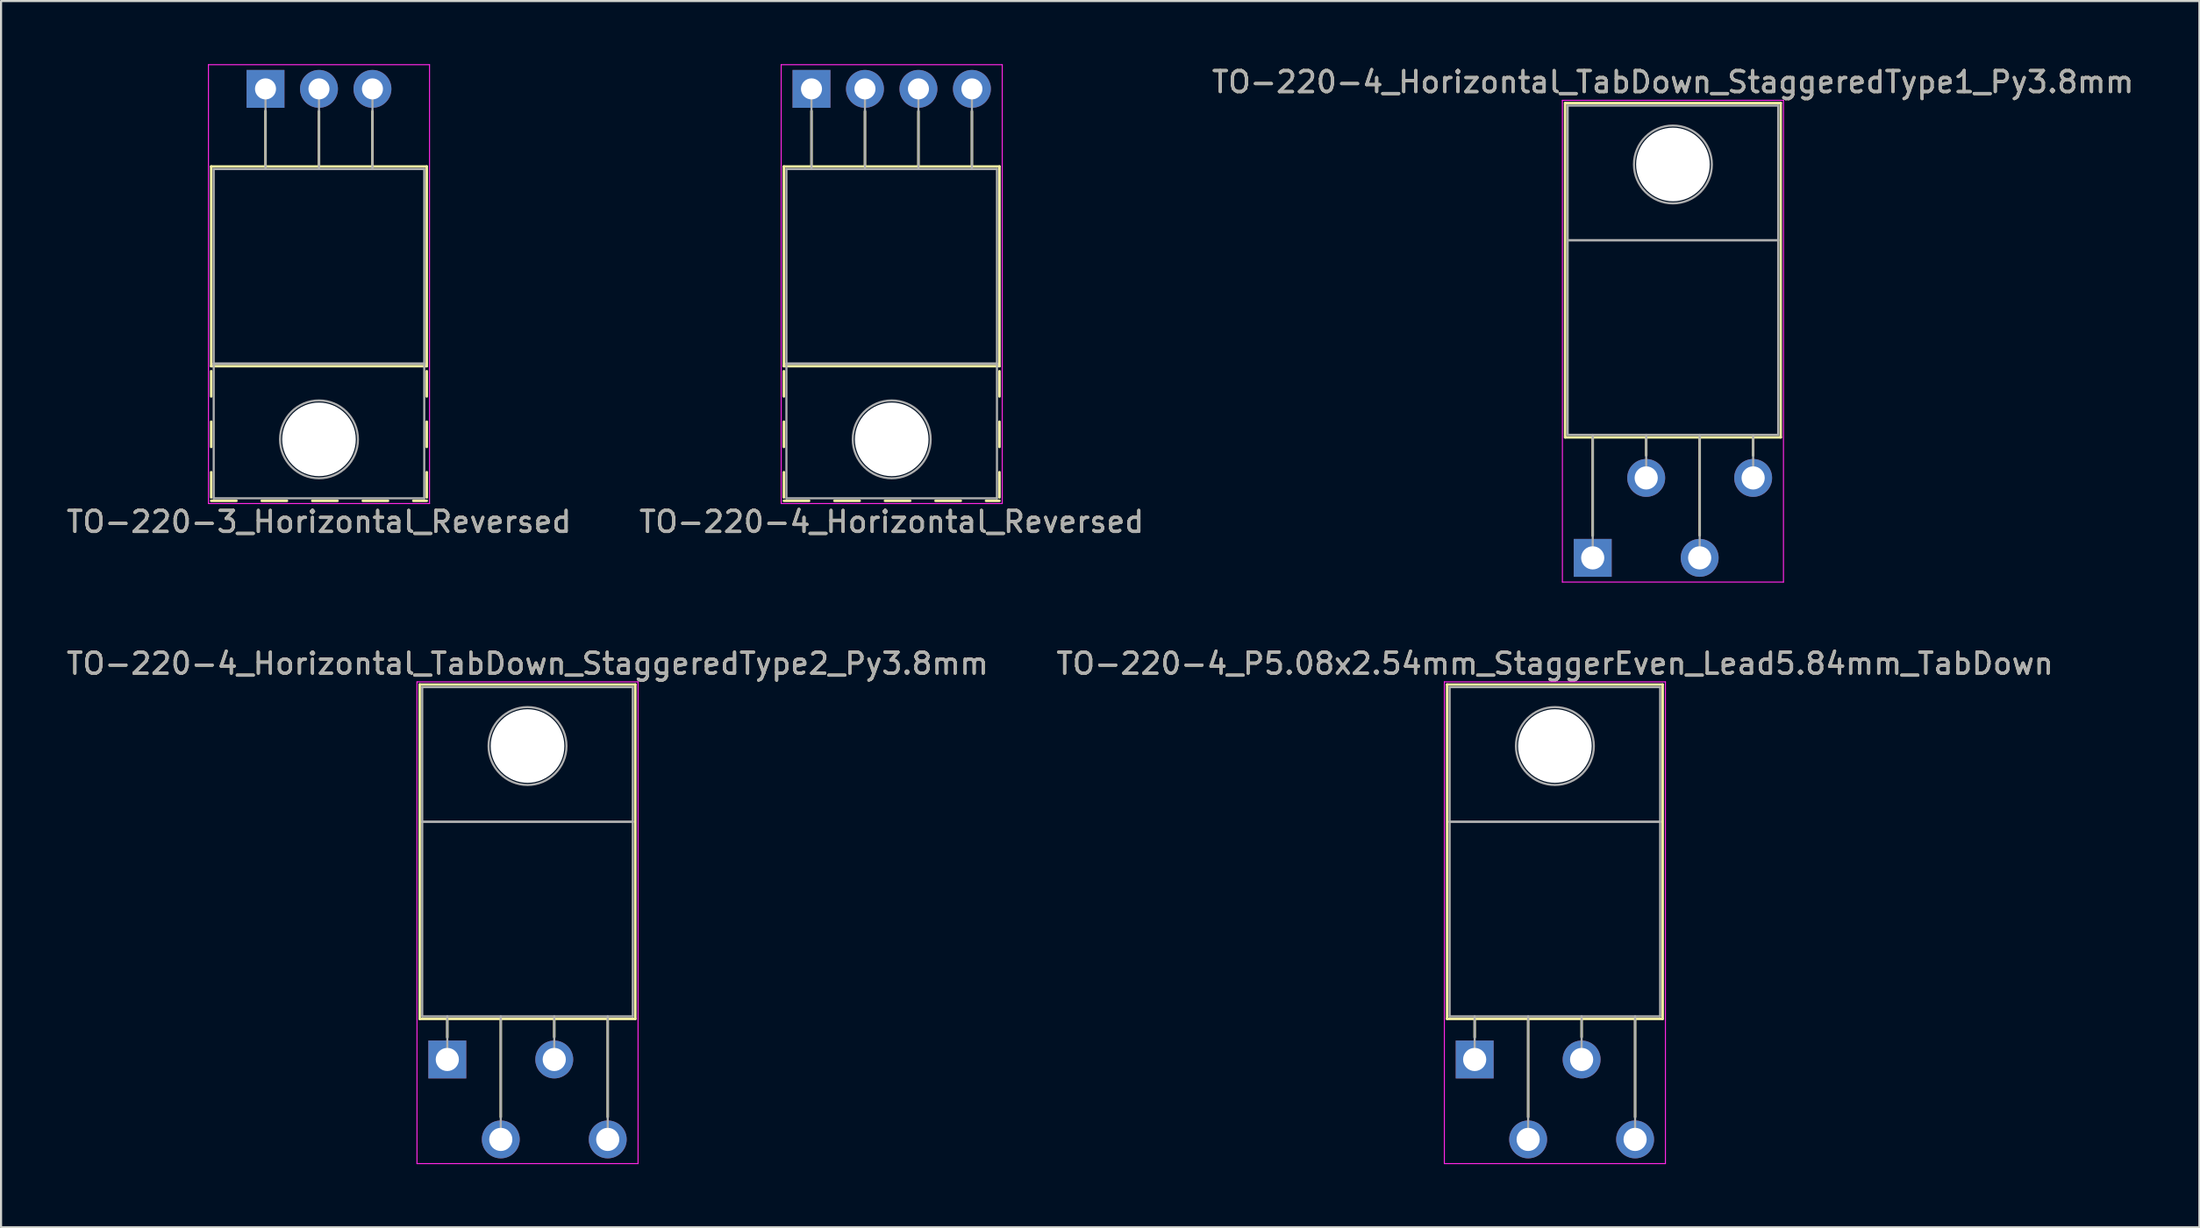
<source format=kicad_pcb>
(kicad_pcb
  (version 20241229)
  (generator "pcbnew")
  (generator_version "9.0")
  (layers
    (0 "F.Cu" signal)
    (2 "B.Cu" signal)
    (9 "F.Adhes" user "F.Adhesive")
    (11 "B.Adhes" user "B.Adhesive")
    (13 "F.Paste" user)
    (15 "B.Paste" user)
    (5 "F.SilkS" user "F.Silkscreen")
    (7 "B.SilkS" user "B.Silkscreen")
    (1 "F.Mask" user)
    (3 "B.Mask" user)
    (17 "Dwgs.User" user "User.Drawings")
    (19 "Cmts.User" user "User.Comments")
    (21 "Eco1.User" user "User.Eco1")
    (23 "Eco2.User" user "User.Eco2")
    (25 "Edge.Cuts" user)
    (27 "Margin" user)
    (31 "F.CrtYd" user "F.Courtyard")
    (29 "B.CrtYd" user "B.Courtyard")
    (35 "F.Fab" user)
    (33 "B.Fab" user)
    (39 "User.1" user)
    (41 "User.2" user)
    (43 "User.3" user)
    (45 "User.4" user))
  (footprint "TO-220-4_Horizontal_TabDown_StaggeredType1_Py3.8mm"
    (layer "F.Cu")
    (at 72.601 23.468)
    (property "Reference" "TO-220-4_Horizontal_TabDown_StaggeredType1_Py3.8mm" (at 3.81 -22.62 0) (layer "F.SilkS") (effects (font (size 1 1) (thickness 0.15))))
    (attr through_hole)
    (fp_line (start -1.31 -21.62) (end -1.31 -5.73) (stroke (width 0.12) (type solid)) (layer "F.SilkS"))
    (fp_line (start -1.31 -21.62) (end 8.93 -21.62) (stroke (width 0.12) (type solid)) (layer "F.SilkS"))
    (fp_line (start -1.31 -5.73) (end 8.93 -5.73) (stroke (width 0.12) (type solid)) (layer "F.SilkS"))
    (fp_line (start 0 -5.73) (end 0 -1.05) (stroke (width 0.12) (type solid)) (layer "F.SilkS"))
    (fp_line (start 2.54 -5.73) (end 2.54 -4.866) (stroke (width 0.12) (type solid)) (layer "F.SilkS"))
    (fp_line (start 5.08 -5.73) (end 5.08 -1.065) (stroke (width 0.12) (type solid)) (layer "F.SilkS"))
    (fp_line (start 7.62 -5.73) (end 7.62 -4.866) (stroke (width 0.12) (type solid)) (layer "F.SilkS"))
    (fp_line (start 8.93 -21.62) (end 8.93 -5.73) (stroke (width 0.12) (type solid)) (layer "F.SilkS"))
    (fp_line (start -1.44 -21.75) (end -1.44 1.15) (stroke (width 0.05) (type solid)) (layer "F.CrtYd"))
    (fp_line (start -1.44 1.15) (end 9.06 1.15) (stroke (width 0.05) (type solid)) (layer "F.CrtYd"))
    (fp_line (start 9.06 -21.75) (end -1.44 -21.75) (stroke (width 0.05) (type solid)) (layer "F.CrtYd"))
    (fp_line (start 9.06 1.15) (end 9.06 -21.75) (stroke (width 0.05) (type solid)) (layer "F.CrtYd"))
    (fp_line (start -1.19 -21.5) (end 8.81 -21.5) (stroke (width 0.1) (type solid)) (layer "F.Fab"))
    (fp_line (start -1.19 -15.1) (end -1.19 -21.5) (stroke (width 0.1) (type solid)) (layer "F.Fab"))
    (fp_line (start -1.19 -15.1) (end 8.81 -15.1) (stroke (width 0.1) (type solid)) (layer "F.Fab"))
    (fp_line (start -1.19 -5.85) (end -1.19 -15.1) (stroke (width 0.1) (type solid)) (layer "F.Fab"))
    (fp_line (start 0 -5.85) (end 0 0) (stroke (width 0.1) (type solid)) (layer "F.Fab"))
    (fp_line (start 2.54 -5.85) (end 2.54 -3.8) (stroke (width 0.1) (type solid)) (layer "F.Fab"))
    (fp_line (start 5.08 -5.85) (end 5.08 0) (stroke (width 0.1) (type solid)) (layer "F.Fab"))
    (fp_line (start 7.62 -5.85) (end 7.62 -3.8) (stroke (width 0.1) (type solid)) (layer "F.Fab"))
    (fp_line (start 8.81 -21.5) (end 8.81 -15.1) (stroke (width 0.1) (type solid)) (layer "F.Fab"))
    (fp_line (start 8.81 -15.1) (end -1.19 -15.1) (stroke (width 0.1) (type solid)) (layer "F.Fab"))
    (fp_line (start 8.81 -15.1) (end 8.81 -5.85) (stroke (width 0.1) (type solid)) (layer "F.Fab"))
    (fp_line (start 8.81 -5.85) (end -1.19 -5.85) (stroke (width 0.1) (type solid)) (layer "F.Fab"))
    (fp_circle (center 3.81 -18.7) (end 5.66 -18.7) (stroke (width 0.1) (type solid)) (fill no) (layer "F.Fab"))
    (fp_text user "${REFERENCE}" (at 3.81 -22.62 0) (layer "F.Fab") (effects (font (size 1 1) (thickness 0.15))))
    (pad "" np_thru_hole oval (at 3.81 -18.7) (size 3.5 3.5) (drill 3.5) (layers "*.Cu" "*.Mask"))
    (pad "1" thru_hole rect (at 0 0) (size 1.8 1.8) (drill 1.1) (layers "*.Cu" "*.Mask"))
    (pad "2" thru_hole oval (at 2.54 -3.8) (size 1.8 1.8) (drill 1.1) (layers "*.Cu" "*.Mask"))
    (pad "3" thru_hole oval (at 5.08 0) (size 1.8 1.8) (drill 1.1) (layers "*.Cu" "*.Mask"))
    (pad "4" thru_hole oval (at 7.62 -3.8) (size 1.8 1.8) (drill 1.1) (layers "*.Cu" "*.Mask")))
  (footprint "TO-220-3_Horizontal_Reversed"
    (layer "F.Cu")
    (at 9.561 1.175)
    (property "Reference" "TO-220-3_Horizontal_Reversed" (at 2.54 20.58 0) (layer "F.SilkS") (effects (font (size 1 1) (thickness 0.15))))
    (attr through_hole)
    (fp_line (start -2.58 3.69) (end -2.58 13.18) (stroke (width 0.12) (type solid)) (layer "F.SilkS"))
    (fp_line (start -2.58 3.69) (end 7.66 3.69) (stroke (width 0.12) (type solid)) (layer "F.SilkS"))
    (fp_line (start -2.58 13.18) (end 7.66 13.18) (stroke (width 0.12) (type solid)) (layer "F.SilkS"))
    (fp_line (start -2.58 13.42) (end -2.58 14.62) (stroke (width 0.12) (type solid)) (layer "F.SilkS"))
    (fp_line (start -2.58 15.82) (end -2.58 17.02) (stroke (width 0.12) (type solid)) (layer "F.SilkS"))
    (fp_line (start -2.58 18.22) (end -2.58 19.42) (stroke (width 0.12) (type solid)) (layer "F.SilkS"))
    (fp_line (start -2.58 19.58) (end -1.38 19.58) (stroke (width 0.12) (type solid)) (layer "F.SilkS"))
    (fp_line (start -0.181 19.58) (end 1.02 19.58) (stroke (width 0.12) (type solid)) (layer "F.SilkS"))
    (fp_line (start 0 1.05) (end 0 3.69) (stroke (width 0.12) (type solid)) (layer "F.SilkS"))
    (fp_line (start 2.22 19.58) (end 3.42 19.58) (stroke (width 0.12) (type solid)) (layer "F.SilkS"))
    (fp_line (start 2.54 1.066) (end 2.54 3.69) (stroke (width 0.12) (type solid)) (layer "F.SilkS"))
    (fp_line (start 4.62 19.58) (end 5.82 19.58) (stroke (width 0.12) (type solid)) (layer "F.SilkS"))
    (fp_line (start 5.08 1.066) (end 5.08 3.69) (stroke (width 0.12) (type solid)) (layer "F.SilkS"))
    (fp_line (start 7.02 19.58) (end 7.66 19.58) (stroke (width 0.12) (type solid)) (layer "F.SilkS"))
    (fp_line (start 7.66 3.69) (end 7.66 13.18) (stroke (width 0.12) (type solid)) (layer "F.SilkS"))
    (fp_line (start 7.66 13.42) (end 7.66 14.62) (stroke (width 0.12) (type solid)) (layer "F.SilkS"))
    (fp_line (start 7.66 15.82) (end 7.66 17.02) (stroke (width 0.12) (type solid)) (layer "F.SilkS"))
    (fp_line (start 7.66 18.22) (end 7.66 19.42) (stroke (width 0.12) (type solid)) (layer "F.SilkS"))
    (fp_line (start -2.71 -1.15) (end -2.71 19.71) (stroke (width 0.05) (type solid)) (layer "F.CrtYd"))
    (fp_line (start -2.71 19.71) (end 7.79 19.71) (stroke (width 0.05) (type solid)) (layer "F.CrtYd"))
    (fp_line (start 7.79 -1.15) (end -2.71 -1.15) (stroke (width 0.05) (type solid)) (layer "F.CrtYd"))
    (fp_line (start 7.79 19.71) (end 7.79 -1.15) (stroke (width 0.05) (type solid)) (layer "F.CrtYd"))
    (fp_line (start -2.46 3.81) (end -2.46 13.06) (stroke (width 0.1) (type solid)) (layer "F.Fab"))
    (fp_line (start -2.46 13.06) (end -2.46 19.46) (stroke (width 0.1) (type solid)) (layer "F.Fab"))
    (fp_line (start -2.46 13.06) (end 7.54 13.06) (stroke (width 0.1) (type solid)) (layer "F.Fab"))
    (fp_line (start -2.46 19.46) (end 7.54 19.46) (stroke (width 0.1) (type solid)) (layer "F.Fab"))
    (fp_line (start 0 3.81) (end 0 0) (stroke (width 0.1) (type solid)) (layer "F.Fab"))
    (fp_line (start 2.54 3.81) (end 2.54 0) (stroke (width 0.1) (type solid)) (layer "F.Fab"))
    (fp_line (start 5.08 3.81) (end 5.08 0) (stroke (width 0.1) (type solid)) (layer "F.Fab"))
    (fp_line (start 7.54 3.81) (end -2.46 3.81) (stroke (width 0.1) (type solid)) (layer "F.Fab"))
    (fp_line (start 7.54 13.06) (end -2.46 13.06) (stroke (width 0.1) (type solid)) (layer "F.Fab"))
    (fp_line (start 7.54 13.06) (end 7.54 3.81) (stroke (width 0.1) (type solid)) (layer "F.Fab"))
    (fp_line (start 7.54 19.46) (end 7.54 13.06) (stroke (width 0.1) (type solid)) (layer "F.Fab"))
    (fp_circle (center 2.54 16.66) (end 4.39 16.66) (stroke (width 0.1) (type solid)) (fill no) (layer "F.Fab"))
    (fp_text user "${REFERENCE}" (at 2.54 20.58 0) (layer "F.Fab") (effects (font (size 1 1) (thickness 0.15))))
    (pad "" np_thru_hole oval (at 2.54 16.66) (size 3.5 3.5) (drill 3.5) (layers "*.Cu" "*.Mask"))
    (pad "1" thru_hole rect (at 0 0) (size 1.8 1.8) (drill 1) (layers "*.Cu" "*.Mask"))
    (pad "2" thru_hole oval (at 2.54 0) (size 1.8 1.8) (drill 1) (layers "*.Cu" "*.Mask"))
    (pad "3" thru_hole oval (at 5.08 0) (size 1.8 1.8) (drill 1) (layers "*.Cu" "*.Mask")))
  (footprint "TO-220-4_Horizontal_Reversed"
    (layer "F.Cu")
    (at 35.494 1.175)
    (property "Reference" "TO-220-4_Horizontal_Reversed" (at 3.81 20.58 0) (layer "F.SilkS") (effects (font (size 1 1) (thickness 0.15))))
    (attr through_hole)
    (fp_line (start -1.31 3.69) (end -1.31 13.18) (stroke (width 0.12) (type solid)) (layer "F.SilkS"))
    (fp_line (start -1.31 3.69) (end 8.93 3.69) (stroke (width 0.12) (type solid)) (layer "F.SilkS"))
    (fp_line (start -1.31 13.18) (end 8.93 13.18) (stroke (width 0.12) (type solid)) (layer "F.SilkS"))
    (fp_line (start -1.31 13.42) (end -1.31 14.62) (stroke (width 0.12) (type solid)) (layer "F.SilkS"))
    (fp_line (start -1.31 15.82) (end -1.31 17.02) (stroke (width 0.12) (type solid)) (layer "F.SilkS"))
    (fp_line (start -1.31 18.22) (end -1.31 19.42) (stroke (width 0.12) (type solid)) (layer "F.SilkS"))
    (fp_line (start -1.31 19.58) (end -0.111 19.58) (stroke (width 0.12) (type solid)) (layer "F.SilkS"))
    (fp_line (start 0 1.05) (end 0 3.69) (stroke (width 0.12) (type solid)) (layer "F.SilkS"))
    (fp_line (start 1.09 19.58) (end 2.29 19.58) (stroke (width 0.12) (type solid)) (layer "F.SilkS"))
    (fp_line (start 2.54 1.066) (end 2.54 3.69) (stroke (width 0.12) (type solid)) (layer "F.SilkS"))
    (fp_line (start 3.49 19.58) (end 4.69 19.58) (stroke (width 0.12) (type solid)) (layer "F.SilkS"))
    (fp_line (start 5.08 1.066) (end 5.08 3.69) (stroke (width 0.12) (type solid)) (layer "F.SilkS"))
    (fp_line (start 5.89 19.58) (end 7.091 19.58) (stroke (width 0.12) (type solid)) (layer "F.SilkS"))
    (fp_line (start 7.62 1.066) (end 7.62 3.69) (stroke (width 0.12) (type solid)) (layer "F.SilkS"))
    (fp_line (start 8.29 19.58) (end 8.93 19.58) (stroke (width 0.12) (type solid)) (layer "F.SilkS"))
    (fp_line (start 8.93 3.69) (end 8.93 13.18) (stroke (width 0.12) (type solid)) (layer "F.SilkS"))
    (fp_line (start 8.93 13.42) (end 8.93 14.62) (stroke (width 0.12) (type solid)) (layer "F.SilkS"))
    (fp_line (start 8.93 15.82) (end 8.93 17.02) (stroke (width 0.12) (type solid)) (layer "F.SilkS"))
    (fp_line (start 8.93 18.22) (end 8.93 19.42) (stroke (width 0.12) (type solid)) (layer "F.SilkS"))
    (fp_line (start -1.44 -1.15) (end -1.44 19.71) (stroke (width 0.05) (type solid)) (layer "F.CrtYd"))
    (fp_line (start -1.44 19.71) (end 9.06 19.71) (stroke (width 0.05) (type solid)) (layer "F.CrtYd"))
    (fp_line (start 9.06 -1.15) (end -1.44 -1.15) (stroke (width 0.05) (type solid)) (layer "F.CrtYd"))
    (fp_line (start 9.06 19.71) (end 9.06 -1.15) (stroke (width 0.05) (type solid)) (layer "F.CrtYd"))
    (fp_line (start -1.19 3.81) (end -1.19 13.06) (stroke (width 0.1) (type solid)) (layer "F.Fab"))
    (fp_line (start -1.19 13.06) (end -1.19 19.46) (stroke (width 0.1) (type solid)) (layer "F.Fab"))
    (fp_line (start -1.19 13.06) (end 8.81 13.06) (stroke (width 0.1) (type solid)) (layer "F.Fab"))
    (fp_line (start -1.19 19.46) (end 8.81 19.46) (stroke (width 0.1) (type solid)) (layer "F.Fab"))
    (fp_line (start 0 3.81) (end 0 0) (stroke (width 0.1) (type solid)) (layer "F.Fab"))
    (fp_line (start 2.54 3.81) (end 2.54 0) (stroke (width 0.1) (type solid)) (layer "F.Fab"))
    (fp_line (start 5.08 3.81) (end 5.08 0) (stroke (width 0.1) (type solid)) (layer "F.Fab"))
    (fp_line (start 7.62 3.81) (end 7.62 0) (stroke (width 0.1) (type solid)) (layer "F.Fab"))
    (fp_line (start 8.81 3.81) (end -1.19 3.81) (stroke (width 0.1) (type solid)) (layer "F.Fab"))
    (fp_line (start 8.81 13.06) (end -1.19 13.06) (stroke (width 0.1) (type solid)) (layer "F.Fab"))
    (fp_line (start 8.81 13.06) (end 8.81 3.81) (stroke (width 0.1) (type solid)) (layer "F.Fab"))
    (fp_line (start 8.81 19.46) (end 8.81 13.06) (stroke (width 0.1) (type solid)) (layer "F.Fab"))
    (fp_circle (center 3.81 16.66) (end 5.66 16.66) (stroke (width 0.1) (type solid)) (fill no) (layer "F.Fab"))
    (fp_text user "${REFERENCE}" (at 3.81 20.58 0) (layer "F.Fab") (effects (font (size 1 1) (thickness 0.15))))
    (pad "" np_thru_hole oval (at 3.81 16.66) (size 3.5 3.5) (drill 3.5) (layers "*.Cu" "*.Mask"))
    (pad "1" thru_hole rect (at 0 0) (size 1.8 1.8) (drill 1) (layers "*.Cu" "*.Mask"))
    (pad "2" thru_hole oval (at 2.54 0) (size 1.8 1.8) (drill 1) (layers "*.Cu" "*.Mask"))
    (pad "3" thru_hole oval (at 5.08 0) (size 1.8 1.8) (drill 1) (layers "*.Cu" "*.Mask"))
    (pad "4" thru_hole oval (at 7.62 0) (size 1.8 1.8) (drill 1) (layers "*.Cu" "*.Mask")))
  (footprint "TO-220-4_Horizontal_TabDown_StaggeredType2_Py3.8mm"
    (layer "F.Cu")
    (at 18.196 47.312)
    (property "Reference" "TO-220-4_Horizontal_TabDown_StaggeredType2_Py3.8mm" (at 3.81 -18.82 0) (layer "F.SilkS") (effects (font (size 1 1) (thickness 0.15))))
    (attr through_hole)
    (fp_line (start -1.31 -17.82) (end -1.31 -1.93) (stroke (width 0.12) (type solid)) (layer "F.SilkS"))
    (fp_line (start -1.31 -17.82) (end 8.93 -17.82) (stroke (width 0.12) (type solid)) (layer "F.SilkS"))
    (fp_line (start -1.31 -1.93) (end 8.93 -1.93) (stroke (width 0.12) (type solid)) (layer "F.SilkS"))
    (fp_line (start 0 -1.93) (end 0 -1.05) (stroke (width 0.12) (type solid)) (layer "F.SilkS"))
    (fp_line (start 2.54 -1.93) (end 2.54 2.735) (stroke (width 0.12) (type solid)) (layer "F.SilkS"))
    (fp_line (start 5.08 -1.93) (end 5.08 -1.066) (stroke (width 0.12) (type solid)) (layer "F.SilkS"))
    (fp_line (start 7.62 -1.93) (end 7.62 2.735) (stroke (width 0.12) (type solid)) (layer "F.SilkS"))
    (fp_line (start 8.93 -17.82) (end 8.93 -1.93) (stroke (width 0.12) (type solid)) (layer "F.SilkS"))
    (fp_line (start -1.44 -17.95) (end -1.44 4.95) (stroke (width 0.05) (type solid)) (layer "F.CrtYd"))
    (fp_line (start -1.44 4.95) (end 9.06 4.95) (stroke (width 0.05) (type solid)) (layer "F.CrtYd"))
    (fp_line (start 9.06 -17.95) (end -1.44 -17.95) (stroke (width 0.05) (type solid)) (layer "F.CrtYd"))
    (fp_line (start 9.06 4.95) (end 9.06 -17.95) (stroke (width 0.05) (type solid)) (layer "F.CrtYd"))
    (fp_line (start -1.19 -17.7) (end 8.81 -17.7) (stroke (width 0.1) (type solid)) (layer "F.Fab"))
    (fp_line (start -1.19 -11.3) (end -1.19 -17.7) (stroke (width 0.1) (type solid)) (layer "F.Fab"))
    (fp_line (start -1.19 -11.3) (end 8.81 -11.3) (stroke (width 0.1) (type solid)) (layer "F.Fab"))
    (fp_line (start -1.19 -2.05) (end -1.19 -11.3) (stroke (width 0.1) (type solid)) (layer "F.Fab"))
    (fp_line (start 0 -2.05) (end 0 0) (stroke (width 0.1) (type solid)) (layer "F.Fab"))
    (fp_line (start 2.54 -2.05) (end 2.54 3.8) (stroke (width 0.1) (type solid)) (layer "F.Fab"))
    (fp_line (start 5.08 -2.05) (end 5.08 0) (stroke (width 0.1) (type solid)) (layer "F.Fab"))
    (fp_line (start 7.62 -2.05) (end 7.62 3.8) (stroke (width 0.1) (type solid)) (layer "F.Fab"))
    (fp_line (start 8.81 -17.7) (end 8.81 -11.3) (stroke (width 0.1) (type solid)) (layer "F.Fab"))
    (fp_line (start 8.81 -11.3) (end -1.19 -11.3) (stroke (width 0.1) (type solid)) (layer "F.Fab"))
    (fp_line (start 8.81 -11.3) (end 8.81 -2.05) (stroke (width 0.1) (type solid)) (layer "F.Fab"))
    (fp_line (start 8.81 -2.05) (end -1.19 -2.05) (stroke (width 0.1) (type solid)) (layer "F.Fab"))
    (fp_circle (center 3.81 -14.9) (end 5.66 -14.9) (stroke (width 0.1) (type solid)) (fill no) (layer "F.Fab"))
    (fp_text user "${REFERENCE}" (at 3.81 -18.82 0) (layer "F.Fab") (effects (font (size 1 1) (thickness 0.15))))
    (pad "" np_thru_hole oval (at 3.81 -14.9) (size 3.5 3.5) (drill 3.5) (layers "*.Cu" "*.Mask"))
    (pad "1" thru_hole rect (at 0 0) (size 1.8 1.8) (drill 1.1) (layers "*.Cu" "*.Mask"))
    (pad "2" thru_hole oval (at 2.54 3.8) (size 1.8 1.8) (drill 1.1) (layers "*.Cu" "*.Mask"))
    (pad "3" thru_hole oval (at 5.08 0) (size 1.8 1.8) (drill 1.1) (layers "*.Cu" "*.Mask"))
    (pad "4" thru_hole oval (at 7.62 3.8) (size 1.8 1.8) (drill 1.1) (layers "*.Cu" "*.Mask")))
  (footprint "TO-220-4_P5.08x2.54mm_StaggerEven_Lead5.84mm_TabDown"
    (layer "F.Cu")
    (at 66.994 47.312)
    (property "Reference" "TO-220-4_P5.08x2.54mm_StaggerEven_Lead5.84mm_TabDown" (at 3.81 -18.82 0) (layer "F.SilkS") (effects (font (size 1 1) (thickness 0.15))))
    (attr through_hole)
    (fp_line (start -1.31 -17.82) (end -1.31 -1.93) (stroke (width 0.12) (type solid)) (layer "F.SilkS"))
    (fp_line (start -1.31 -17.82) (end 8.93 -17.82) (stroke (width 0.12) (type solid)) (layer "F.SilkS"))
    (fp_line (start -1.31 -1.93) (end 8.93 -1.93) (stroke (width 0.12) (type solid)) (layer "F.SilkS"))
    (fp_line (start 0 -1.93) (end 0 -1.05) (stroke (width 0.12) (type solid)) (layer "F.SilkS"))
    (fp_line (start 2.54 -1.93) (end 2.54 2.735) (stroke (width 0.12) (type solid)) (layer "F.SilkS"))
    (fp_line (start 5.08 -1.93) (end 5.08 -1.066) (stroke (width 0.12) (type solid)) (layer "F.SilkS"))
    (fp_line (start 7.62 -1.93) (end 7.62 2.735) (stroke (width 0.12) (type solid)) (layer "F.SilkS"))
    (fp_line (start 8.93 -17.82) (end 8.93 -1.93) (stroke (width 0.12) (type solid)) (layer "F.SilkS"))
    (fp_line (start -1.44 -17.95) (end -1.44 4.95) (stroke (width 0.05) (type solid)) (layer "F.CrtYd"))
    (fp_line (start -1.44 4.95) (end 9.06 4.95) (stroke (width 0.05) (type solid)) (layer "F.CrtYd"))
    (fp_line (start 9.06 -17.95) (end -1.44 -17.95) (stroke (width 0.05) (type solid)) (layer "F.CrtYd"))
    (fp_line (start 9.06 4.95) (end 9.06 -17.95) (stroke (width 0.05) (type solid)) (layer "F.CrtYd"))
    (fp_line (start -1.19 -17.7) (end 8.81 -17.7) (stroke (width 0.1) (type solid)) (layer "F.Fab"))
    (fp_line (start -1.19 -11.3) (end -1.19 -17.7) (stroke (width 0.1) (type solid)) (layer "F.Fab"))
    (fp_line (start -1.19 -11.3) (end 8.81 -11.3) (stroke (width 0.1) (type solid)) (layer "F.Fab"))
    (fp_line (start -1.19 -2.05) (end -1.19 -11.3) (stroke (width 0.1) (type solid)) (layer "F.Fab"))
    (fp_line (start 0 -2.05) (end 0 0) (stroke (width 0.1) (type solid)) (layer "F.Fab"))
    (fp_line (start 2.54 -2.05) (end 2.54 3.8) (stroke (width 0.1) (type solid)) (layer "F.Fab"))
    (fp_line (start 5.08 -2.05) (end 5.08 0) (stroke (width 0.1) (type solid)) (layer "F.Fab"))
    (fp_line (start 7.62 -2.05) (end 7.62 3.8) (stroke (width 0.1) (type solid)) (layer "F.Fab"))
    (fp_line (start 8.81 -17.7) (end 8.81 -11.3) (stroke (width 0.1) (type solid)) (layer "F.Fab"))
    (fp_line (start 8.81 -11.3) (end -1.19 -11.3) (stroke (width 0.1) (type solid)) (layer "F.Fab"))
    (fp_line (start 8.81 -11.3) (end 8.81 -2.05) (stroke (width 0.1) (type solid)) (layer "F.Fab"))
    (fp_line (start 8.81 -2.05) (end -1.19 -2.05) (stroke (width 0.1) (type solid)) (layer "F.Fab"))
    (fp_circle (center 3.81 -14.9) (end 5.66 -14.9) (stroke (width 0.1) (type solid)) (fill no) (layer "F.Fab"))
    (fp_text user "${REFERENCE}" (at 3.81 -18.82 0) (layer "F.Fab") (effects (font (size 1 1) (thickness 0.15))))
    (pad "" np_thru_hole oval (at 3.81 -14.9) (size 3.5 3.5) (drill 3.5) (layers "*.Cu" "*.Mask"))
    (pad "1" thru_hole rect (at 0 0) (size 1.8 1.8) (drill 1.1) (layers "*.Cu" "*.Mask"))
    (pad "2" thru_hole oval (at 2.54 3.8) (size 1.8 1.8) (drill 1.1) (layers "*.Cu" "*.Mask"))
    (pad "3" thru_hole oval (at 5.08 0) (size 1.8 1.8) (drill 1.1) (layers "*.Cu" "*.Mask"))
    (pad "4" thru_hole oval (at 7.62 3.8) (size 1.8 1.8) (drill 1.1) (layers "*.Cu" "*.Mask")))
  (gr_rect
    (start -3 -3)
    (end 101.417 55.286)
    (stroke (width 0.1) (type default))
    (fill no)
    (layer "Edge.Cuts")))
</source>
